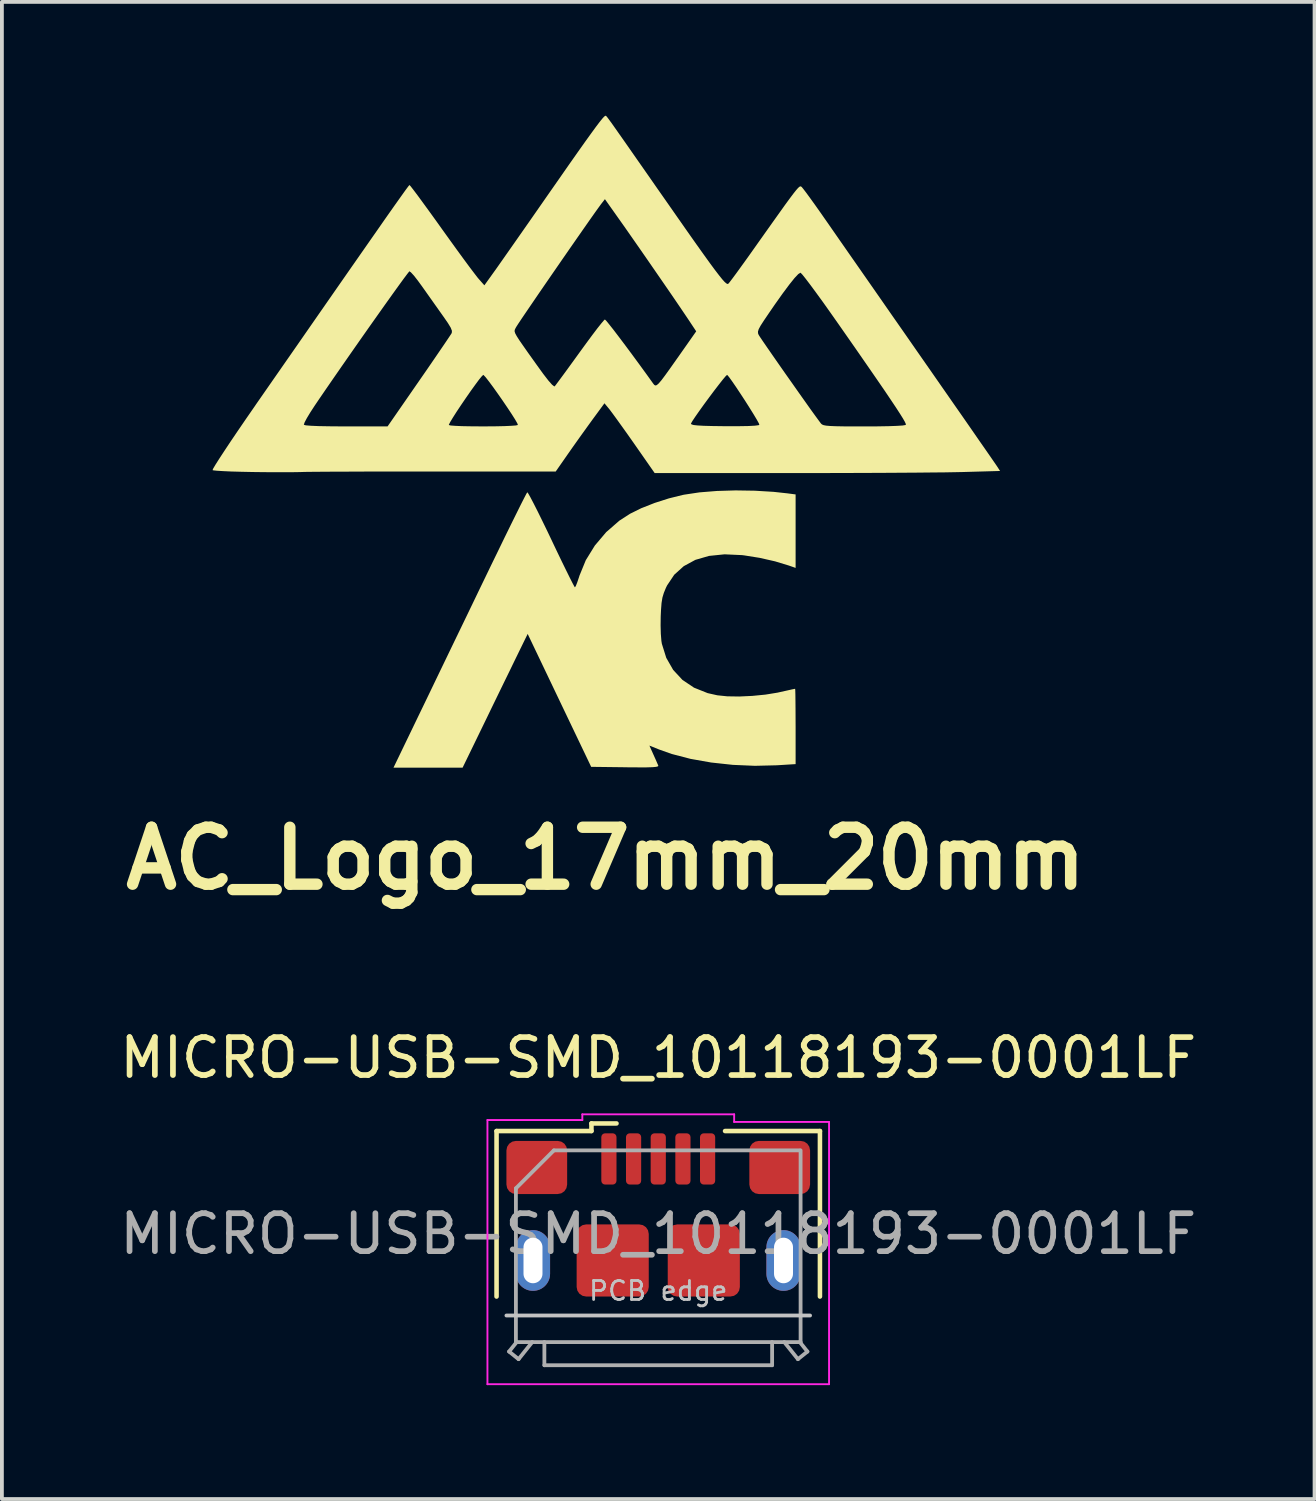
<source format=kicad_pcb>
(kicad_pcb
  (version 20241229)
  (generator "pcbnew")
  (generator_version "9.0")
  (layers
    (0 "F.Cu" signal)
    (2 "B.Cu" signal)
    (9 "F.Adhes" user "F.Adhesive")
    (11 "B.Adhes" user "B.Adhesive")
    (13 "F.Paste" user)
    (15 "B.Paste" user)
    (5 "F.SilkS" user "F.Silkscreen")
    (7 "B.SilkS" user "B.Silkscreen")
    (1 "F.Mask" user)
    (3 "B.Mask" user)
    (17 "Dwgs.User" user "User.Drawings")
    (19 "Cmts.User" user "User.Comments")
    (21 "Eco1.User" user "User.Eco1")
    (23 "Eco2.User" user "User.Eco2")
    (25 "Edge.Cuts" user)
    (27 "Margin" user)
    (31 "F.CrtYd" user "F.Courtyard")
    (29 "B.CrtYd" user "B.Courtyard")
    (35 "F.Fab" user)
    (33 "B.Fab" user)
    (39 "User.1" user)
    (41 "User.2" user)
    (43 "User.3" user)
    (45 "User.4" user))
  (footprint "MICRO-USB-SMD_10118193-0001LF"
    (layer "F.Cu")
    (at 14.292 30.158)
    (property "Reference" "MICRO-USB-SMD_10118193-0001LF" (at 0 -5.34 0) (layer "F.SilkS") (effects (font (size 1 1) (thickness 0.15))))
    (attr smd)
    (fp_line (start -4.26 -3.41) (end -4.26 0.95) (stroke (width 0.12) (type solid)) (layer "F.SilkS"))
    (fp_line (start -4.26 -3.41) (end -1.76 -3.41) (stroke (width 0.12) (type default)) (layer "F.SilkS"))
    (fp_line (start -1.76 -3.41) (end -1.76 -3.61) (stroke (width 0.12) (type default)) (layer "F.SilkS"))
    (fp_line (start -1.1 -3.61) (end -1.76 -3.61) (stroke (width 0.12) (type default)) (layer "F.SilkS"))
    (fp_line (start 1.76 -3.41) (end 4.26 -3.41) (stroke (width 0.12) (type default)) (layer "F.SilkS"))
    (fp_line (start 4.26 -3.41) (end 4.26 0.95) (stroke (width 0.12) (type solid)) (layer "F.SilkS"))
    (fp_line (start -4 1.45) (end 4 1.45) (stroke (width 0.1) (type solid)) (layer "Dwgs.User"))
    (fp_line (start -4.5 -3.7) (end -4.5 3.26) (stroke (width 0.05) (type solid)) (layer "F.CrtYd"))
    (fp_line (start -4.5 -3.7) (end -2 -3.7) (stroke (width 0.05) (type default)) (layer "F.CrtYd"))
    (fp_line (start -2 -3.85) (end 2 -3.85) (stroke (width 0.05) (type solid)) (layer "F.CrtYd"))
    (fp_line (start -2 -3.7) (end -2 -3.85) (stroke (width 0.05) (type default)) (layer "F.CrtYd"))
    (fp_line (start 2 -3.65) (end 2 -3.85) (stroke (width 0.05) (type default)) (layer "F.CrtYd"))
    (fp_line (start 4.5 -3.65) (end 2 -3.65) (stroke (width 0.05) (type default)) (layer "F.CrtYd"))
    (fp_line (start 4.5 3.26) (end -4.5 3.26) (stroke (width 0.05) (type solid)) (layer "F.CrtYd"))
    (fp_line (start 4.5 3.26) (end 4.5 -3.65) (stroke (width 0.05) (type solid)) (layer "F.CrtYd"))
    (fp_line (start -3.93 2.4) (end -3.68 2.6) (stroke (width 0.1) (type solid)) (layer "F.Fab"))
    (fp_line (start -3.75 -1.9) (end -3.75 2.15) (stroke (width 0.1) (type solid)) (layer "F.Fab"))
    (fp_line (start -3.75 -1.9) (end -2.75 -2.9) (stroke (width 0.1) (type default)) (layer "F.Fab"))
    (fp_line (start -3.75 2.15) (end 3.75 2.15) (stroke (width 0.1) (type solid)) (layer "F.Fab"))
    (fp_line (start -3.73 2.15) (end -3.93 2.4) (stroke (width 0.1) (type solid)) (layer "F.Fab"))
    (fp_line (start -3.32 2.15) (end -3.68 2.6) (stroke (width 0.1) (type solid)) (layer "F.Fab"))
    (fp_line (start -3 2.15) (end -3 2.76) (stroke (width 0.1) (type solid)) (layer "F.Fab"))
    (fp_line (start -3 2.76) (end 3 2.76) (stroke (width 0.1) (type solid)) (layer "F.Fab"))
    (fp_line (start 3 2.15) (end 3 2.76) (stroke (width 0.1) (type solid)) (layer "F.Fab"))
    (fp_line (start 3.32 2.15) (end 3.68 2.6) (stroke (width 0.1) (type solid)) (layer "F.Fab"))
    (fp_line (start 3.73 -2.9) (end -2.75 -2.9) (stroke (width 0.1) (type solid)) (layer "F.Fab"))
    (fp_line (start 3.73 2.15) (end 3.93 2.4) (stroke (width 0.1) (type solid)) (layer "F.Fab"))
    (fp_line (start 3.75 2.15) (end 3.75 -2.9) (stroke (width 0.1) (type solid)) (layer "F.Fab"))
    (fp_line (start 3.93 2.4) (end 3.68 2.6) (stroke (width 0.1) (type solid)) (layer "F.Fab"))
    (fp_text user "PCB edge" (at 0 0.8 0) (layer "Dwgs.User") (effects (font (size 0.5 0.5) (thickness 0.075))))
    (fp_text user "${REFERENCE}" (at 0 -0.7 0) (layer "F.Fab") (effects (font (size 1 1) (thickness 0.15))))
    (pad "1" smd roundrect (at -1.3 -2.675) (size 0.4 1.35) (layers "F.Cu" "F.Mask" "F.Paste") (roundrect_rratio 0.25))
    (pad "2" smd roundrect (at -0.65 -2.675) (size 0.4 1.35) (layers "F.Cu" "F.Mask" "F.Paste") (roundrect_rratio 0.25))
    (pad "3" smd roundrect (at 0 -2.675) (size 0.4 1.35) (layers "F.Cu" "F.Mask" "F.Paste") (roundrect_rratio 0.25))
    (pad "4" smd roundrect (at 0.65 -2.675) (size 0.4 1.35) (layers "F.Cu" "F.Mask" "F.Paste") (roundrect_rratio 0.25))
    (pad "5" smd roundrect (at 1.3 -2.675) (size 0.4 1.35) (layers "F.Cu" "F.Mask" "F.Paste") (roundrect_rratio 0.25))
    (pad "6" thru_hole oval (at -3.3 0 90) (size 1.6 0.9) (drill oval 1.2 0.5) (layers "*.Cu" "*.Mask" "F.Paste"))
    (pad "6" smd roundrect (at -3.2 -2.45) (size 1.6 1.4) (layers "F.Cu" "F.Mask" "F.Paste") (roundrect_rratio 0.179))
    (pad "6" smd roundrect (at -1.2 0) (size 1.9 1.9) (layers "F.Cu" "F.Mask" "F.Paste") (roundrect_rratio 0.132))
    (pad "6" smd roundrect (at 1.2 0) (size 1.9 1.9) (layers "F.Cu" "F.Mask" "F.Paste") (roundrect_rratio 0.132))
    (pad "6" smd roundrect (at 3.2 -2.45) (size 1.6 1.4) (layers "F.Cu" "F.Mask" "F.Paste") (roundrect_rratio 0.179))
    (pad "6" thru_hole oval (at 3.3 0 90) (size 1.6 0.9) (drill oval 1.2 0.5) (layers "*.Cu" "*.Mask" "F.Paste")))
  (footprint "AC_Logo_17mm_20mm"
    (layer "F.Cu")
    (at 12.907 8.566)
    (property "Reference" "AC_Logo_17mm_20mm" (at 0 11 0) (layer "F.SilkS") (effects (font (size 1.5 1.5) (thickness 0.3))))
    (attr board_only exclude_from_pos_files exclude_from_bom allow_missing_courtyard)
    (fp_poly (pts (xy 3.928 1.312) (xy 4.423 1.342) (xy 4.781 1.381) (xy 5.004 1.41) (xy 5.004 2.378) (xy 5.004 3.346) (xy 4.824 3.283) (xy 4.462 3.173) (xy 4.057 3.081) (xy 3.649 3.016) (xy 3.591 3.009) (xy 3.132 2.988) (xy 2.722 3.03) (xy 2.363 3.134) (xy 2.057 3.3) (xy 1.807 3.525) (xy 1.617 3.809) (xy 1.585 3.875) (xy 1.532 4.005) (xy 1.495 4.128) (xy 1.472 4.269) (xy 1.458 4.453) (xy 1.45 4.624) (xy 1.447 4.861) (xy 1.453 5.085) (xy 1.468 5.269) (xy 1.48 5.344) (xy 1.596 5.715) (xy 1.778 6.033) (xy 2.023 6.297) (xy 2.327 6.501) (xy 2.687 6.645) (xy 2.941 6.702) (xy 3.202 6.729) (xy 3.519 6.734) (xy 3.863 6.718) (xy 4.209 6.684) (xy 4.528 6.632) (xy 4.599 6.616) (xy 4.766 6.579) (xy 4.899 6.549) (xy 4.978 6.533) (xy 4.991 6.53) (xy 4.995 6.571) (xy 4.998 6.684) (xy 5 6.859) (xy 5.002 7.083) (xy 5.003 7.346) (xy 5.004 7.523) (xy 5.004 8.515) (xy 4.506 8.546) (xy 3.932 8.56) (xy 3.351 8.535) (xy 2.779 8.473) (xy 2.236 8.377) (xy 1.74 8.248) (xy 1.408 8.13) (xy 1.152 8.027) (xy 1.258 8.264) (xy 1.319 8.4) (xy 1.366 8.508) (xy 1.387 8.556) (xy 1.378 8.574) (xy 1.329 8.587) (xy 1.232 8.596) (xy 1.076 8.601) (xy 0.855 8.601) (xy 0.558 8.599) (xy 0.513 8.598) (xy -0.382 8.587) (xy -1.219 6.836) (xy -2.055 5.085) (xy -2.258 5.5) (xy -2.326 5.639) (xy -2.425 5.842) (xy -2.548 6.096) (xy -2.691 6.388) (xy -2.846 6.707) (xy -3.008 7.04) (xy -3.115 7.262) (xy -3.769 8.608) (xy -4.68 8.608) (xy -5.59 8.608) (xy -4.961 7.304) (xy -4.821 7.014) (xy -4.65 6.66) (xy -4.455 6.254) (xy -4.241 5.81) (xy -4.014 5.339) (xy -3.78 4.855) (xy -3.546 4.37) (xy -3.318 3.896) (xy -3.216 3.685) (xy -3.016 3.271) (xy -2.826 2.881) (xy -2.651 2.52) (xy -2.492 2.196) (xy -2.353 1.915) (xy -2.238 1.683) (xy -2.149 1.508) (xy -2.091 1.396) (xy -2.065 1.353) (xy -2.065 1.353) (xy -2.04 1.385) (xy -1.983 1.486) (xy -1.899 1.646) (xy -1.792 1.857) (xy -1.668 2.109) (xy -1.53 2.393) (xy -1.433 2.597) (xy -1.289 2.9) (xy -1.156 3.176) (xy -1.038 3.417) (xy -0.94 3.615) (xy -0.867 3.759) (xy -0.822 3.842) (xy -0.81 3.858) (xy -0.786 3.821) (xy -0.747 3.721) (xy -0.7 3.581) (xy -0.691 3.551) (xy -0.524 3.143) (xy -0.285 2.756) (xy 0.014 2.403) (xy 0.361 2.101) (xy 0.639 1.921) (xy 0.938 1.773) (xy 1.291 1.634) (xy 1.666 1.514) (xy 2.034 1.423) (xy 2.071 1.416) (xy 2.47 1.356) (xy 2.928 1.319) (xy 3.422 1.304)) (stroke (width 0) (type solid)) (fill yes) (layer "F.SilkS"))
    (fp_poly (pts (xy 0.013 -8.56) (xy 0.028 -8.543) (xy 0.055 -8.51) (xy 0.095 -8.455) (xy 0.154 -8.375) (xy 0.233 -8.263) (xy 0.337 -8.115) (xy 0.47 -7.926) (xy 0.635 -7.69) (xy 0.835 -7.403) (xy 1.075 -7.06) (xy 1.357 -6.655) (xy 1.551 -6.378) (xy 1.873 -5.917) (xy 2.15 -5.521) (xy 2.386 -5.186) (xy 2.585 -4.907) (xy 2.749 -4.679) (xy 2.883 -4.498) (xy 2.989 -4.36) (xy 3.071 -4.258) (xy 3.132 -4.19) (xy 3.177 -4.151) (xy 3.207 -4.135) (xy 3.227 -4.137) (xy 3.262 -4.177) (xy 3.338 -4.277) (xy 3.449 -4.427) (xy 3.587 -4.618) (xy 3.747 -4.84) (xy 3.888 -5.039) (xy 4.162 -5.426) (xy 4.392 -5.75) (xy 4.581 -6.015) (xy 4.733 -6.228) (xy 4.854 -6.393) (xy 4.947 -6.517) (xy 5.017 -6.605) (xy 5.067 -6.662) (xy 5.102 -6.694) (xy 5.126 -6.706) (xy 5.144 -6.704) (xy 5.16 -6.693) (xy 5.163 -6.691) (xy 5.204 -6.642) (xy 5.286 -6.535) (xy 5.399 -6.38) (xy 5.537 -6.188) (xy 5.69 -5.971) (xy 5.742 -5.896) (xy 5.849 -5.743) (xy 5.999 -5.527) (xy 6.188 -5.255) (xy 6.411 -4.935) (xy 6.663 -4.574) (xy 6.939 -4.178) (xy 7.233 -3.756) (xy 7.541 -3.313) (xy 7.859 -2.858) (xy 8.18 -2.396) (xy 8.254 -2.29) (xy 8.563 -1.847) (xy 8.858 -1.423) (xy 9.137 -1.022) (xy 9.396 -0.651) (xy 9.63 -0.314) (xy 9.836 -0.016) (xy 10.011 0.235) (xy 10.151 0.437) (xy 10.251 0.582) (xy 10.308 0.665) (xy 10.319 0.682) (xy 10.39 0.792) (xy 9.404 0.82) (xy 9.205 0.824) (xy 8.93 0.829) (xy 8.588 0.832) (xy 8.187 0.836) (xy 7.736 0.839) (xy 7.244 0.842) (xy 6.719 0.844) (xy 6.17 0.846) (xy 5.606 0.847) (xy 5.035 0.848) (xy 4.854 0.848) (xy 1.291 0.848) (xy 0.751 0.074) (xy 0.586 -0.161) (xy 0.429 -0.381) (xy 0.377 -0.453) (xy 2.247 -0.453) (xy 2.264 -0.434) (xy 2.32 -0.418) (xy 2.423 -0.407) (xy 2.581 -0.398) (xy 2.805 -0.392) (xy 3.102 -0.388) (xy 3.231 -0.387) (xy 3.522 -0.388) (xy 3.758 -0.392) (xy 3.929 -0.401) (xy 4.028 -0.414) (xy 4.049 -0.424) (xy 4.033 -0.467) (xy 3.978 -0.566) (xy 3.893 -0.708) (xy 3.787 -0.878) (xy 3.669 -1.064) (xy 3.547 -1.25) (xy 3.431 -1.425) (xy 3.329 -1.573) (xy 3.251 -1.681) (xy 3.205 -1.735) (xy 3.198 -1.739) (xy 3.162 -1.706) (xy 3.087 -1.617) (xy 2.983 -1.485) (xy 2.859 -1.324) (xy 2.725 -1.145) (xy 2.591 -0.963) (xy 2.467 -0.79) (xy 2.362 -0.64) (xy 2.286 -0.526) (xy 2.249 -0.461) (xy 2.247 -0.453) (xy 0.377 -0.453) (xy 0.291 -0.573) (xy 0.18 -0.725) (xy 0.105 -0.825) (xy 0.089 -0.845) (xy -0.032 -0.991) (xy -0.345 -0.565) (xy -0.5 -0.351) (xy -0.679 -0.102) (xy -0.858 0.15) (xy -0.987 0.334) (xy -1.316 0.806) (xy -4.51 0.806) (xy -5.032 0.806) (xy -5.536 0.806) (xy -6.014 0.807) (xy -6.459 0.808) (xy -6.864 0.81) (xy -7.22 0.811) (xy -7.522 0.813) (xy -7.76 0.815) (xy -7.929 0.817) (xy -8.019 0.82) (xy -8.153 0.823) (xy -8.356 0.825) (xy -8.609 0.825) (xy -8.895 0.824) (xy -9.197 0.821) (xy -9.328 0.819) (xy -9.61 0.813) (xy -9.865 0.806) (xy -10.079 0.796) (xy -10.24 0.786) (xy -10.336 0.776) (xy -10.357 0.77) (xy -10.341 0.729) (xy -10.28 0.626) (xy -10.179 0.467) (xy -10.043 0.259) (xy -9.877 0.009) (xy -9.684 -0.276) (xy -9.58 -0.428) (xy -7.952 -0.428) (xy -7.951 -0.425) (xy -7.9 -0.41) (xy -7.768 -0.399) (xy -7.561 -0.39) (xy -7.282 -0.385) (xy -6.936 -0.382) (xy -6.835 -0.382) (xy -5.746 -0.382) (xy -5.721 -0.418) (xy -4.131 -0.418) (xy -4.083 -0.406) (xy -3.965 -0.397) (xy -3.794 -0.389) (xy -3.583 -0.385) (xy -3.35 -0.383) (xy -3.108 -0.383) (xy -2.873 -0.385) (xy -2.661 -0.39) (xy -2.487 -0.398) (xy -2.366 -0.407) (xy -2.314 -0.419) (xy -2.313 -0.42) (xy -2.329 -0.465) (xy -2.386 -0.564) (xy -2.475 -0.705) (xy -2.587 -0.874) (xy -2.712 -1.058) (xy -2.841 -1.243) (xy -2.965 -1.417) (xy -3.075 -1.565) (xy -3.161 -1.675) (xy -3.215 -1.733) (xy -3.225 -1.739) (xy -3.262 -1.705) (xy -3.336 -1.615) (xy -3.436 -1.48) (xy -3.555 -1.315) (xy -3.682 -1.132) (xy -3.809 -0.946) (xy -3.927 -0.769) (xy -4.025 -0.615) (xy -4.096 -0.497) (xy -4.13 -0.429) (xy -4.131 -0.418) (xy -5.721 -0.418) (xy -4.919 -1.576) (xy -4.722 -1.86) (xy -4.54 -2.125) (xy -4.379 -2.361) (xy -4.243 -2.56) (xy -4.14 -2.713) (xy -4.075 -2.811) (xy -4.055 -2.844) (xy -4.052 -2.884) (xy -2.399 -2.884) (xy -2.383 -2.833) (xy -2.344 -2.761) (xy -2.278 -2.657) (xy -2.179 -2.514) (xy -2.043 -2.32) (xy -1.863 -2.068) (xy -1.831 -2.023) (xy -1.65 -1.772) (xy -1.511 -1.592) (xy -1.413 -1.481) (xy -1.356 -1.437) (xy -1.342 -1.439) (xy -1.307 -1.484) (xy -1.229 -1.589) (xy -1.116 -1.742) (xy -0.975 -1.935) (xy -0.814 -2.157) (xy -0.681 -2.341) (xy -0.51 -2.576) (xy -0.354 -2.787) (xy -0.22 -2.964) (xy -0.114 -3.097) (xy -0.045 -3.178) (xy -0.021 -3.199) (xy 0.014 -3.166) (xy 0.091 -3.072) (xy 0.206 -2.927) (xy 0.35 -2.738) (xy 0.518 -2.515) (xy 0.703 -2.266) (xy 0.899 -1.999) (xy 1.099 -1.724) (xy 1.253 -1.509) (xy 1.281 -1.475) (xy 1.31 -1.46) (xy 1.346 -1.47) (xy 1.397 -1.514) (xy 1.469 -1.598) (xy 1.568 -1.73) (xy 1.701 -1.915) (xy 1.876 -2.163) (xy 1.907 -2.206) (xy 2.38 -2.88) (xy 4.012 -2.88) (xy 4.015 -2.831) (xy 4.031 -2.793) (xy 4.067 -2.736) (xy 4.146 -2.619) (xy 4.259 -2.455) (xy 4.399 -2.253) (xy 4.559 -2.023) (xy 4.731 -1.777) (xy 4.909 -1.525) (xy 5.084 -1.276) (xy 5.25 -1.042) (xy 5.398 -0.833) (xy 5.523 -0.66) (xy 5.616 -0.533) (xy 5.669 -0.462) (xy 5.674 -0.456) (xy 5.7 -0.433) (xy 5.742 -0.415) (xy 5.81 -0.402) (xy 5.913 -0.393) (xy 6.062 -0.387) (xy 6.267 -0.383) (xy 6.539 -0.382) (xy 6.81 -0.382) (xy 7.158 -0.383) (xy 7.447 -0.388) (xy 7.671 -0.396) (xy 7.825 -0.406) (xy 7.901 -0.419) (xy 7.908 -0.424) (xy 7.906 -0.449) (xy 7.882 -0.503) (xy 7.833 -0.589) (xy 7.757 -0.711) (xy 7.652 -0.873) (xy 7.514 -1.08) (xy 7.342 -1.335) (xy 7.131 -1.642) (xy 6.88 -2.005) (xy 6.587 -2.428) (xy 6.247 -2.915) (xy 6.136 -3.074) (xy 5.925 -3.374) (xy 5.728 -3.652) (xy 5.549 -3.898) (xy 5.395 -4.107) (xy 5.271 -4.27) (xy 5.183 -4.38) (xy 5.136 -4.429) (xy 5.132 -4.431) (xy 5.075 -4.396) (xy 4.976 -4.291) (xy 4.839 -4.12) (xy 4.665 -3.887) (xy 4.457 -3.594) (xy 4.301 -3.367) (xy 4.171 -3.175) (xy 4.083 -3.039) (xy 4.032 -2.945) (xy 4.012 -2.88) (xy 2.38 -2.88) (xy 2.385 -2.887) (xy 2.182 -3.193) (xy 2.073 -3.355) (xy 1.924 -3.575) (xy 1.744 -3.839) (xy 1.541 -4.134) (xy 1.325 -4.447) (xy 1.104 -4.767) (xy 0.887 -5.08) (xy 0.682 -5.374) (xy 0.499 -5.636) (xy 0.366 -5.824) (xy -0.02 -6.369) (xy -0.127 -6.231) (xy -0.186 -6.15) (xy -0.285 -6.012) (xy -0.417 -5.825) (xy -0.575 -5.599) (xy -0.755 -5.341) (xy -0.949 -5.062) (xy -1.152 -4.769) (xy -1.357 -4.472) (xy -1.559 -4.179) (xy -1.751 -3.9) (xy -1.927 -3.642) (xy -2.081 -3.416) (xy -2.208 -3.229) (xy -2.3 -3.091) (xy -2.352 -3.01) (xy -2.36 -2.997) (xy -2.382 -2.956) (xy -2.397 -2.922) (xy -2.399 -2.884) (xy -4.052 -2.884) (xy -4.05 -2.898) (xy -4.082 -2.982) (xy -4.157 -3.106) (xy -4.272 -3.272) (xy -4.404 -3.458) (xy -4.562 -3.681) (xy -4.724 -3.91) (xy -4.833 -4.064) (xy -4.951 -4.226) (xy -5.053 -4.356) (xy -5.13 -4.44) (xy -5.17 -4.468) (xy -5.173 -4.467) (xy -5.226 -4.4) (xy -5.323 -4.271) (xy -5.456 -4.088) (xy -5.62 -3.86) (xy -5.81 -3.594) (xy -6.019 -3.299) (xy -6.243 -2.982) (xy -6.475 -2.652) (xy -6.709 -2.317) (xy -6.941 -1.984) (xy -7.164 -1.662) (xy -7.373 -1.359) (xy -7.562 -1.083) (xy -7.67 -0.923) (xy -7.783 -0.749) (xy -7.873 -0.6) (xy -7.932 -0.488) (xy -7.952 -0.428) (xy -9.58 -0.428) (xy -9.47 -0.589) (xy -9.238 -0.924) (xy -9.214 -0.96) (xy -8.691 -1.712) (xy -8.214 -2.397) (xy -7.782 -3.019) (xy -7.392 -3.58) (xy -7.042 -4.083) (xy -6.73 -4.531) (xy -6.453 -4.928) (xy -6.21 -5.276) (xy -5.999 -5.578) (xy -5.818 -5.838) (xy -5.664 -6.057) (xy -5.535 -6.24) (xy -5.429 -6.389) (xy -5.345 -6.507) (xy -5.28 -6.598) (xy -5.232 -6.663) (xy -5.199 -6.707) (xy -5.178 -6.732) (xy -5.168 -6.741) (xy -5.168 -6.741) (xy -5.138 -6.708) (xy -5.065 -6.614) (xy -4.954 -6.467) (xy -4.813 -6.274) (xy -4.646 -6.045) (xy -4.459 -5.786) (xy -4.32 -5.591) (xy -4.116 -5.307) (xy -3.922 -5.038) (xy -3.744 -4.794) (xy -3.589 -4.584) (xy -3.464 -4.419) (xy -3.378 -4.307) (xy -3.347 -4.27) (xy -3.196 -4.099) (xy -2.94 -4.456) (xy -2.862 -4.565) (xy -2.743 -4.735) (xy -2.587 -4.957) (xy -2.402 -5.221) (xy -2.193 -5.52) (xy -1.967 -5.843) (xy -1.731 -6.182) (xy -1.548 -6.445) (xy -1.231 -6.899) (xy -0.96 -7.288) (xy -0.73 -7.615) (xy -0.538 -7.886) (xy -0.381 -8.104) (xy -0.257 -8.274) (xy -0.161 -8.401) (xy -0.091 -8.488) (xy -0.043 -8.541) (xy -0.014 -8.563) (xy -0.008 -8.565) (xy -0.002 -8.566) (xy 0.004 -8.566)) (stroke (width 0) (type solid)) (fill yes) (layer "F.SilkS")))
  (gr_rect
    (start -3 -3)
    (end 31.583 36.443)
    (stroke (width 0.1) (type default))
    (fill no)
    (layer "Edge.Cuts")))
</source>
